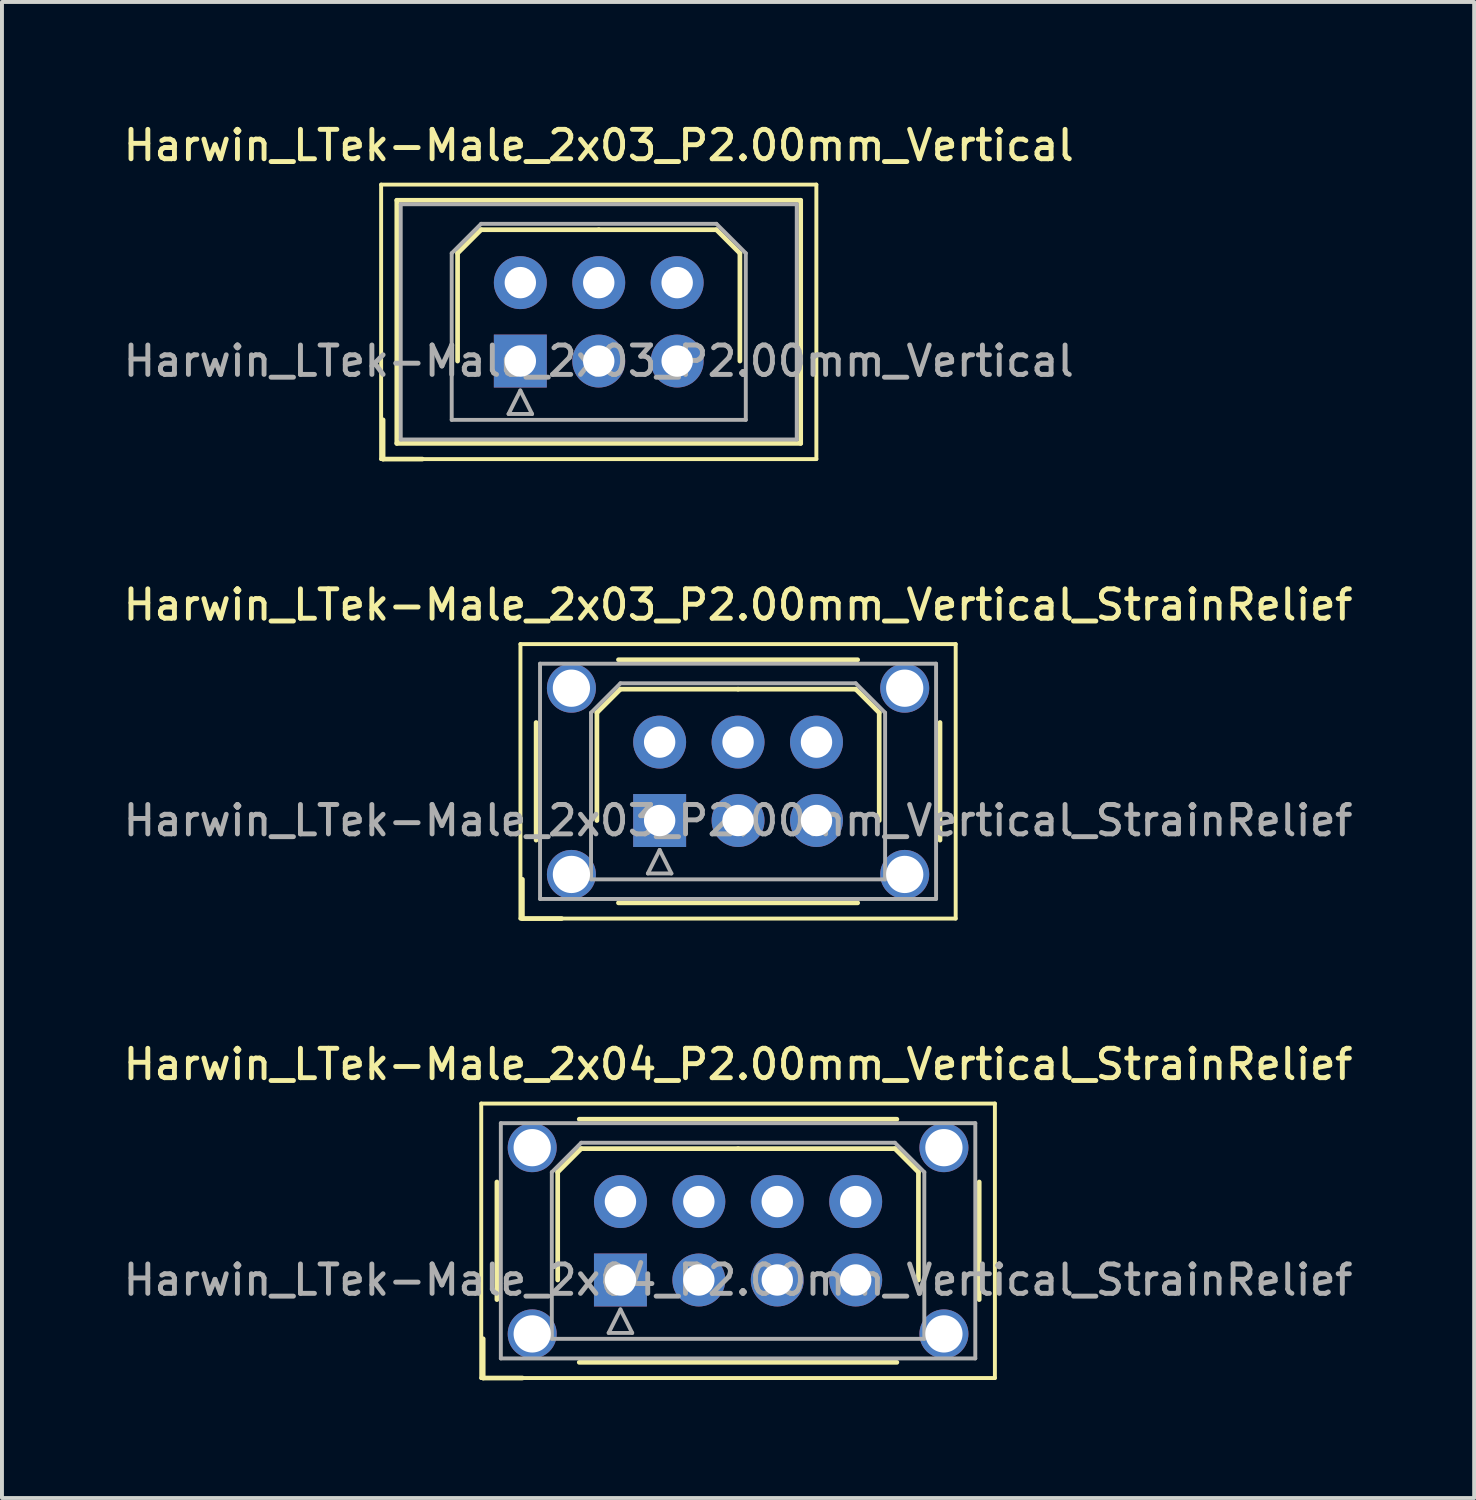
<source format=kicad_pcb>
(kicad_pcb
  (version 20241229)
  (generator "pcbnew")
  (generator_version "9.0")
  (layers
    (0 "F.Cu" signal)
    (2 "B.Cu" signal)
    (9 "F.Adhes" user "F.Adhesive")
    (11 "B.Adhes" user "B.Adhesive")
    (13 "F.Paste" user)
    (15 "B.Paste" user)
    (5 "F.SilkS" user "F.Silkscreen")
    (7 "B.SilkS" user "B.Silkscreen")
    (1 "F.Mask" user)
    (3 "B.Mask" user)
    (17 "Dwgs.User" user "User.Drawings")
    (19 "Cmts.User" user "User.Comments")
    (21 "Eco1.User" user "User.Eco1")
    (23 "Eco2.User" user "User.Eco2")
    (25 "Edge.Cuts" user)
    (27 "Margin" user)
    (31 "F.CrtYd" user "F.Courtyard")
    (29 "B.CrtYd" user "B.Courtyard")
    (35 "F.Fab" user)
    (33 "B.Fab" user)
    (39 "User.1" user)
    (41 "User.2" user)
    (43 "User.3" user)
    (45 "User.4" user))
  (footprint "Harwin_LTek-Male_2x03_P2.00mm_Vertical"
    (layer "F.Cu")
    (at 10.22 6.158)
    (property "Reference" "Harwin_LTek-Male_2x03_P2.00mm_Vertical" (at 2 -5.5 0) (layer "F.SilkS") (effects (font (size 0.75 0.75) (thickness 0.125))))
    (attr through_hole)
    (fp_line (start -3.55 -4.5) (end -3.55 2.5) (stroke (width 0.1) (type solid)) (layer "F.SilkS"))
    (fp_line (start -3.55 2.5) (end 7.55 2.5) (stroke (width 0.1) (type solid)) (layer "F.SilkS"))
    (fp_line (start -3.5 1.5) (end -3.5 2.5) (stroke (width 0.12) (type solid)) (layer "F.SilkS"))
    (fp_line (start -3.5 2.5) (end -2.5 2.5) (stroke (width 0.12) (type solid)) (layer "F.SilkS"))
    (fp_line (start -3.15 -4.1) (end -3.15 2.1) (stroke (width 0.12) (type solid)) (layer "F.SilkS"))
    (fp_line (start -3.15 2.1) (end 7.15 2.1) (stroke (width 0.12) (type solid)) (layer "F.SilkS"))
    (fp_line (start -1.6 -2.75) (end -1 -3.35) (stroke (width 0.12) (type solid)) (layer "F.SilkS"))
    (fp_line (start -1.6 0) (end -1.6 -2.75) (stroke (width 0.12) (type solid)) (layer "F.SilkS"))
    (fp_line (start -1 -3.35) (end 2 -3.35) (stroke (width 0.12) (type solid)) (layer "F.SilkS"))
    (fp_line (start 5 -3.35) (end 2 -3.35) (stroke (width 0.12) (type solid)) (layer "F.SilkS"))
    (fp_line (start 5.6 -2.75) (end 5 -3.35) (stroke (width 0.12) (type solid)) (layer "F.SilkS"))
    (fp_line (start 5.6 0) (end 5.6 -2.75) (stroke (width 0.12) (type solid)) (layer "F.SilkS"))
    (fp_line (start 7.15 -4.1) (end -3.15 -4.1) (stroke (width 0.12) (type solid)) (layer "F.SilkS"))
    (fp_line (start 7.15 2.1) (end 7.15 -4.1) (stroke (width 0.12) (type solid)) (layer "F.SilkS"))
    (fp_line (start 7.55 -4.5) (end -3.55 -4.5) (stroke (width 0.1) (type solid)) (layer "F.SilkS"))
    (fp_line (start 7.55 2.5) (end 7.55 -4.5) (stroke (width 0.1) (type solid)) (layer "F.SilkS"))
    (fp_line (start -3.05 -4) (end -3.05 2) (stroke (width 0.1) (type solid)) (layer "F.Fab"))
    (fp_line (start -3.05 2) (end 7.05 2) (stroke (width 0.1) (type solid)) (layer "F.Fab"))
    (fp_line (start -1.75 -2.75) (end -1 -3.5) (stroke (width 0.1) (type solid)) (layer "F.Fab"))
    (fp_line (start -1.75 1.5) (end -1.75 -2.75) (stroke (width 0.1) (type solid)) (layer "F.Fab"))
    (fp_line (start -1 -3.5) (end 5 -3.5) (stroke (width 0.1) (type solid)) (layer "F.Fab"))
    (fp_line (start -0.3 1.35) (end 0.3 1.35) (stroke (width 0.1) (type solid)) (layer "F.Fab"))
    (fp_line (start 0 0.75) (end -0.3 1.35) (stroke (width 0.1) (type solid)) (layer "F.Fab"))
    (fp_line (start 0.3 1.35) (end 0 0.75) (stroke (width 0.1) (type solid)) (layer "F.Fab"))
    (fp_line (start 5 -3.5) (end 5.75 -2.75) (stroke (width 0.1) (type solid)) (layer "F.Fab"))
    (fp_line (start 5.75 -2.75) (end 5.75 1.5) (stroke (width 0.1) (type solid)) (layer "F.Fab"))
    (fp_line (start 5.75 1.5) (end -1.75 1.5) (stroke (width 0.1) (type solid)) (layer "F.Fab"))
    (fp_line (start 7.05 -4) (end -3.05 -4) (stroke (width 0.1) (type solid)) (layer "F.Fab"))
    (fp_line (start 7.05 2) (end 7.05 -4) (stroke (width 0.1) (type solid)) (layer "F.Fab"))
    (fp_text user "${REFERENCE}" (at 2 0 0) (layer "F.Fab") (effects (font (size 0.75 0.75) (thickness 0.125))))
    (pad "1" thru_hole rect (at 0 0) (size 1.35 1.35) (drill 0.8) (layers "*.Cu" "*.Mask"))
    (pad "2" thru_hole circle (at 0 -2) (size 1.35 1.35) (drill 0.8) (layers "*.Cu" "*.Mask"))
    (pad "3" thru_hole circle (at 2 0) (size 1.35 1.35) (drill 0.8) (layers "*.Cu" "*.Mask"))
    (pad "4" thru_hole circle (at 2 -2) (size 1.35 1.35) (drill 0.8) (layers "*.Cu" "*.Mask"))
    (pad "5" thru_hole circle (at 4 0) (size 1.35 1.35) (drill 0.8) (layers "*.Cu" "*.Mask"))
    (pad "6" thru_hole circle (at 4 -2) (size 1.35 1.35) (drill 0.8) (layers "*.Cu" "*.Mask")))
  (footprint "Harwin_LTek-Male_2x03_P2.00mm_Vertical_StrainRelief"
    (layer "F.Cu")
    (at 13.773 17.876)
    (property "Reference" "Harwin_LTek-Male_2x03_P2.00mm_Vertical_StrainRelief" (at 2 -5.5 0) (layer "F.SilkS") (effects (font (size 0.75 0.75) (thickness 0.125))))
    (attr through_hole)
    (fp_line (start -3.55 -4.5) (end -3.55 2.5) (stroke (width 0.1) (type solid)) (layer "F.SilkS"))
    (fp_line (start -3.55 2.5) (end 7.55 2.5) (stroke (width 0.1) (type solid)) (layer "F.SilkS"))
    (fp_line (start -3.5 1.5) (end -3.5 2.5) (stroke (width 0.12) (type solid)) (layer "F.SilkS"))
    (fp_line (start -3.5 2.5) (end -2.5 2.5) (stroke (width 0.12) (type solid)) (layer "F.SilkS"))
    (fp_line (start -3.15 -2.5) (end -3.15 0.5) (stroke (width 0.12) (type solid)) (layer "F.SilkS"))
    (fp_line (start -1.6 -2.75) (end -1 -3.35) (stroke (width 0.12) (type solid)) (layer "F.SilkS"))
    (fp_line (start -1.6 0) (end -1.6 -2.75) (stroke (width 0.12) (type solid)) (layer "F.SilkS"))
    (fp_line (start -1.05 -4.1) (end 5.05 -4.1) (stroke (width 0.12) (type solid)) (layer "F.SilkS"))
    (fp_line (start -1.05 2.1) (end 5.05 2.1) (stroke (width 0.12) (type solid)) (layer "F.SilkS"))
    (fp_line (start -1 -3.35) (end 2 -3.35) (stroke (width 0.12) (type solid)) (layer "F.SilkS"))
    (fp_line (start 5 -3.35) (end 2 -3.35) (stroke (width 0.12) (type solid)) (layer "F.SilkS"))
    (fp_line (start 5.6 -2.75) (end 5 -3.35) (stroke (width 0.12) (type solid)) (layer "F.SilkS"))
    (fp_line (start 5.6 0) (end 5.6 -2.75) (stroke (width 0.12) (type solid)) (layer "F.SilkS"))
    (fp_line (start 7.15 -2.5) (end 7.15 0.5) (stroke (width 0.12) (type solid)) (layer "F.SilkS"))
    (fp_line (start 7.55 -4.5) (end -3.55 -4.5) (stroke (width 0.1) (type solid)) (layer "F.SilkS"))
    (fp_line (start 7.55 2.5) (end 7.55 -4.5) (stroke (width 0.1) (type solid)) (layer "F.SilkS"))
    (fp_line (start -3.05 -4) (end -3.05 2) (stroke (width 0.1) (type solid)) (layer "F.Fab"))
    (fp_line (start -3.05 2) (end 7.05 2) (stroke (width 0.1) (type solid)) (layer "F.Fab"))
    (fp_line (start -1.75 -2.75) (end -1 -3.5) (stroke (width 0.1) (type solid)) (layer "F.Fab"))
    (fp_line (start -1.75 1.5) (end -1.75 -2.75) (stroke (width 0.1) (type solid)) (layer "F.Fab"))
    (fp_line (start -1 -3.5) (end 5 -3.5) (stroke (width 0.1) (type solid)) (layer "F.Fab"))
    (fp_line (start -0.3 1.35) (end 0.3 1.35) (stroke (width 0.1) (type solid)) (layer "F.Fab"))
    (fp_line (start 0 0.75) (end -0.3 1.35) (stroke (width 0.1) (type solid)) (layer "F.Fab"))
    (fp_line (start 0.3 1.35) (end 0 0.75) (stroke (width 0.1) (type solid)) (layer "F.Fab"))
    (fp_line (start 5 -3.5) (end 5.75 -2.75) (stroke (width 0.1) (type solid)) (layer "F.Fab"))
    (fp_line (start 5.75 -2.75) (end 5.75 1.5) (stroke (width 0.1) (type solid)) (layer "F.Fab"))
    (fp_line (start 5.75 1.5) (end -1.75 1.5) (stroke (width 0.1) (type solid)) (layer "F.Fab"))
    (fp_line (start 7.05 -4) (end -3.05 -4) (stroke (width 0.1) (type solid)) (layer "F.Fab"))
    (fp_line (start 7.05 2) (end 7.05 -4) (stroke (width 0.1) (type solid)) (layer "F.Fab"))
    (fp_text user "${REFERENCE}" (at 2 0 0) (layer "F.Fab") (effects (font (size 0.75 0.75) (thickness 0.125))))
    (pad "" thru_hole circle (at -2.25 -3.375) (size 1.25 1.25) (drill 0.95) (layers "*.Cu" "*.Mask"))
    (pad "" thru_hole circle (at -2.25 1.375) (size 1.25 1.25) (drill 0.95) (layers "*.Cu" "*.Mask"))
    (pad "" thru_hole circle (at 6.25 -3.375) (size 1.25 1.25) (drill 0.95) (layers "*.Cu" "*.Mask"))
    (pad "" thru_hole circle (at 6.25 1.375) (size 1.25 1.25) (drill 0.95) (layers "*.Cu" "*.Mask"))
    (pad "1" thru_hole rect (at 0 0) (size 1.35 1.35) (drill 0.8) (layers "*.Cu" "*.Mask"))
    (pad "2" thru_hole circle (at 0 -2) (size 1.35 1.35) (drill 0.8) (layers "*.Cu" "*.Mask"))
    (pad "3" thru_hole circle (at 2 0) (size 1.35 1.35) (drill 0.8) (layers "*.Cu" "*.Mask"))
    (pad "4" thru_hole circle (at 2 -2) (size 1.35 1.35) (drill 0.8) (layers "*.Cu" "*.Mask"))
    (pad "5" thru_hole circle (at 4 0) (size 1.35 1.35) (drill 0.8) (layers "*.Cu" "*.Mask"))
    (pad "6" thru_hole circle (at 4 -2) (size 1.35 1.35) (drill 0.8) (layers "*.Cu" "*.Mask")))
  (footprint "Harwin_LTek-Male_2x04_P2.00mm_Vertical_StrainRelief"
    (layer "F.Cu")
    (at 12.773 29.594)
    (property "Reference" "Harwin_LTek-Male_2x04_P2.00mm_Vertical_StrainRelief" (at 3 -5.5 0) (layer "F.SilkS") (effects (font (size 0.75 0.75) (thickness 0.125))))
    (attr through_hole)
    (fp_line (start -3.55 -4.5) (end -3.55 2.5) (stroke (width 0.1) (type solid)) (layer "F.SilkS"))
    (fp_line (start -3.55 2.5) (end 9.55 2.5) (stroke (width 0.1) (type solid)) (layer "F.SilkS"))
    (fp_line (start -3.5 1.5) (end -3.5 2.5) (stroke (width 0.12) (type solid)) (layer "F.SilkS"))
    (fp_line (start -3.5 2.5) (end -2.5 2.5) (stroke (width 0.12) (type solid)) (layer "F.SilkS"))
    (fp_line (start -3.15 -2.5) (end -3.15 0.5) (stroke (width 0.12) (type solid)) (layer "F.SilkS"))
    (fp_line (start -1.6 -2.75) (end -1 -3.35) (stroke (width 0.12) (type solid)) (layer "F.SilkS"))
    (fp_line (start -1.6 0) (end -1.6 -2.75) (stroke (width 0.12) (type solid)) (layer "F.SilkS"))
    (fp_line (start -1.05 -4.1) (end 7.05 -4.1) (stroke (width 0.12) (type solid)) (layer "F.SilkS"))
    (fp_line (start -1.05 2.1) (end 7.05 2.1) (stroke (width 0.12) (type solid)) (layer "F.SilkS"))
    (fp_line (start -1 -3.35) (end 3 -3.35) (stroke (width 0.12) (type solid)) (layer "F.SilkS"))
    (fp_line (start 7 -3.35) (end 3 -3.35) (stroke (width 0.12) (type solid)) (layer "F.SilkS"))
    (fp_line (start 7.6 -2.75) (end 7 -3.35) (stroke (width 0.12) (type solid)) (layer "F.SilkS"))
    (fp_line (start 7.6 0) (end 7.6 -2.75) (stroke (width 0.12) (type solid)) (layer "F.SilkS"))
    (fp_line (start 9.15 -2.5) (end 9.15 0.5) (stroke (width 0.12) (type solid)) (layer "F.SilkS"))
    (fp_line (start 9.55 -4.5) (end -3.55 -4.5) (stroke (width 0.1) (type solid)) (layer "F.SilkS"))
    (fp_line (start 9.55 2.5) (end 9.55 -4.5) (stroke (width 0.1) (type solid)) (layer "F.SilkS"))
    (fp_line (start -3.05 -4) (end -3.05 2) (stroke (width 0.1) (type solid)) (layer "F.Fab"))
    (fp_line (start -3.05 2) (end 9.05 2) (stroke (width 0.1) (type solid)) (layer "F.Fab"))
    (fp_line (start -1.75 -2.75) (end -1 -3.5) (stroke (width 0.1) (type solid)) (layer "F.Fab"))
    (fp_line (start -1.75 1.5) (end -1.75 -2.75) (stroke (width 0.1) (type solid)) (layer "F.Fab"))
    (fp_line (start -1 -3.5) (end 7 -3.5) (stroke (width 0.1) (type solid)) (layer "F.Fab"))
    (fp_line (start -0.3 1.35) (end 0.3 1.35) (stroke (width 0.1) (type solid)) (layer "F.Fab"))
    (fp_line (start 0 0.75) (end -0.3 1.35) (stroke (width 0.1) (type solid)) (layer "F.Fab"))
    (fp_line (start 0.3 1.35) (end 0 0.75) (stroke (width 0.1) (type solid)) (layer "F.Fab"))
    (fp_line (start 7 -3.5) (end 7.75 -2.75) (stroke (width 0.1) (type solid)) (layer "F.Fab"))
    (fp_line (start 7.75 -2.75) (end 7.75 1.5) (stroke (width 0.1) (type solid)) (layer "F.Fab"))
    (fp_line (start 7.75 1.5) (end -1.75 1.5) (stroke (width 0.1) (type solid)) (layer "F.Fab"))
    (fp_line (start 9.05 -4) (end -3.05 -4) (stroke (width 0.1) (type solid)) (layer "F.Fab"))
    (fp_line (start 9.05 2) (end 9.05 -4) (stroke (width 0.1) (type solid)) (layer "F.Fab"))
    (fp_text user "${REFERENCE}" (at 3 0 0) (layer "F.Fab") (effects (font (size 0.75 0.75) (thickness 0.125))))
    (pad "" thru_hole circle (at -2.25 -3.375) (size 1.25 1.25) (drill 0.95) (layers "*.Cu" "*.Mask"))
    (pad "" thru_hole circle (at -2.25 1.375) (size 1.25 1.25) (drill 0.95) (layers "*.Cu" "*.Mask"))
    (pad "" thru_hole circle (at 8.25 -3.375) (size 1.25 1.25) (drill 0.95) (layers "*.Cu" "*.Mask"))
    (pad "" thru_hole circle (at 8.25 1.375) (size 1.25 1.25) (drill 0.95) (layers "*.Cu" "*.Mask"))
    (pad "1" thru_hole rect (at 0 0) (size 1.35 1.35) (drill 0.8) (layers "*.Cu" "*.Mask"))
    (pad "2" thru_hole circle (at 0 -2) (size 1.35 1.35) (drill 0.8) (layers "*.Cu" "*.Mask"))
    (pad "3" thru_hole circle (at 2 0) (size 1.35 1.35) (drill 0.8) (layers "*.Cu" "*.Mask"))
    (pad "4" thru_hole circle (at 2 -2) (size 1.35 1.35) (drill 0.8) (layers "*.Cu" "*.Mask"))
    (pad "5" thru_hole circle (at 4 0) (size 1.35 1.35) (drill 0.8) (layers "*.Cu" "*.Mask"))
    (pad "6" thru_hole circle (at 4 -2) (size 1.35 1.35) (drill 0.8) (layers "*.Cu" "*.Mask"))
    (pad "7" thru_hole circle (at 6 0) (size 1.35 1.35) (drill 0.8) (layers "*.Cu" "*.Mask"))
    (pad "8" thru_hole circle (at 6 -2) (size 1.35 1.35) (drill 0.8) (layers "*.Cu" "*.Mask")))
  (gr_rect
    (start -3 -3)
    (end 34.546 35.154)
    (stroke (width 0.1) (type default))
    (fill no)
    (layer "Edge.Cuts")))
</source>
